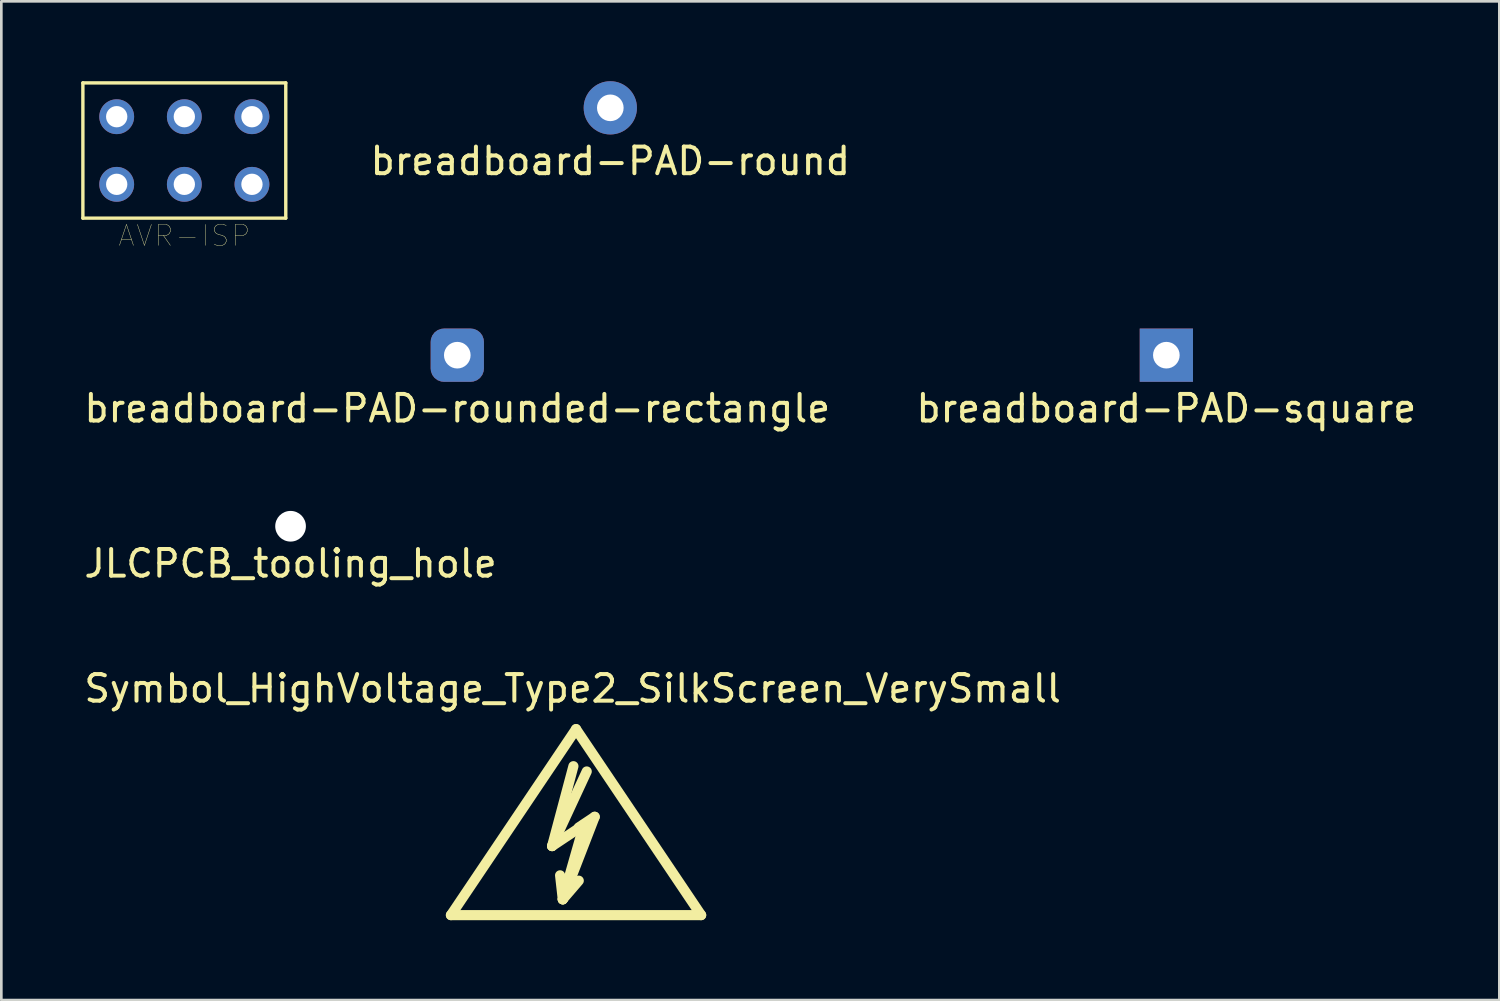
<source format=kicad_pcb>
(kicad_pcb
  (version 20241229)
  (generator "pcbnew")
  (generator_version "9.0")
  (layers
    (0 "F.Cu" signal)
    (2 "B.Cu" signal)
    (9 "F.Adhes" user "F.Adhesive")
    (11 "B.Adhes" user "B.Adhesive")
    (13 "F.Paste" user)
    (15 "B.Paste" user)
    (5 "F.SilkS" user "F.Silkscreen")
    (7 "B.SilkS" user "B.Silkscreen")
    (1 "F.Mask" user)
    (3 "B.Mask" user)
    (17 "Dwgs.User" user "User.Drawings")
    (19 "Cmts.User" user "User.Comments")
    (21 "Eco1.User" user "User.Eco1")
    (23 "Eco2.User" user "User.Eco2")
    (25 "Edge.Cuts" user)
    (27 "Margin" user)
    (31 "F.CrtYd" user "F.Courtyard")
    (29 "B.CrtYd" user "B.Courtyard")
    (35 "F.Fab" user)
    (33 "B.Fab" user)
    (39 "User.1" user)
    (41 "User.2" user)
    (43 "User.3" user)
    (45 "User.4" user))
  (footprint "breadboard-PAD-rounded-rectangle"
    (layer "F.Cu")
    (at 14.125 10.29)
    (property "Reference" "breadboard-PAD-rounded-rectangle" (at 0 2 0) (layer "F.SilkS") (effects (font (size 1 1) (thickness 0.15))))
    (attr through_hole)
    (pad "1" thru_hole roundrect (at 0 0) (size 2 2) (drill 1) (layers "*.Cu" "*.Mask") (roundrect_rratio 0.25)))
  (footprint "breadboard-PAD-square"
    (layer "F.Cu")
    (at 40.756 10.29)
    (property "Reference" "breadboard-PAD-square" (at 0 2 0) (layer "F.SilkS") (effects (font (size 1 1) (thickness 0.15))))
    (attr through_hole)
    (pad "1" thru_hole rect (at 0 0) (size 2 2) (drill 1) (layers "*.Cu" "*.Mask")))
  (footprint "breadboard-PAD-round"
    (layer "F.Cu")
    (at 19.872 1)
    (property "Reference" "breadboard-PAD-round" (at 0 2 0) (layer "F.SilkS") (effects (font (size 1 1) (thickness 0.15))))
    (attr through_hole)
    (pad "1" thru_hole circle (at 0 0) (size 2 2) (drill 1) (layers "*.Cu" "*.Mask")))
  (footprint "JLCPCB_tooling_hole"
    (layer "F.Cu")
    (at 7.863 16.715)
    (property "Reference" "JLCPCB_tooling_hole" (at 0 1.4 0) (layer "F.SilkS") (effects (font (size 1 1) (thickness 0.15))))
    (attr through_hole)
    (pad "" np_thru_hole circle (at 0 0) (size 1.152 1.152) (drill 1.152) (layers "*.Cu" "*.Mask")))
  (footprint "Symbol_HighVoltage_Type2_SilkScreen_VerySmall"
    (layer "F.Cu")
    (at 18.585 28.526)
    (property "Reference" "Symbol_HighVoltage_Type2_SilkScreen_VerySmall" (at -0.127 -5.715 0) (layer "F.SilkS") (effects (font (size 1 1) (thickness 0.15))))
    (attr exclude_from_pos_files exclude_from_bom)
    (fp_line (start -4.699 2.794) (end 0 -4.191) (stroke (width 0.381) (type solid)) (layer "F.SilkS"))
    (fp_line (start -0.899 0.201) (end 0.3 -0.599) (stroke (width 0.381) (type solid)) (layer "F.SilkS"))
    (fp_line (start -0.899 0.201) (end 0.401 -2.601) (stroke (width 0.381) (type solid)) (layer "F.SilkS"))
    (fp_line (start -0.498 2.2) (end -0.599 1.3) (stroke (width 0.381) (type solid)) (layer "F.SilkS"))
    (fp_line (start -0.498 2.2) (end 0.102 1.501) (stroke (width 0.381) (type solid)) (layer "F.SilkS"))
    (fp_line (start -0.498 2.2) (end 0.701 -0.899) (stroke (width 0.381) (type solid)) (layer "F.SilkS"))
    (fp_line (start -0.099 -2.799) (end -0.899 0.201) (stroke (width 0.381) (type solid)) (layer "F.SilkS"))
    (fp_line (start 0 -4.191) (end 4.699 2.794) (stroke (width 0.381) (type solid)) (layer "F.SilkS"))
    (fp_line (start 0.3 -0.599) (end -0.498 2.2) (stroke (width 0.381) (type solid)) (layer "F.SilkS"))
    (fp_line (start 0.701 -0.899) (end 0.102 -0.5) (stroke (width 0.381) (type solid)) (layer "F.SilkS"))
    (fp_line (start 4.699 2.794) (end -4.699 2.794) (stroke (width 0.381) (type solid)) (layer "F.SilkS")))
  (footprint "AVR-ISP"
    (layer "F.Cu")
    (at 3.873 2.603)
    (property "Reference" "AVR-ISP" (at 0 3.2 0) (layer "F.SilkS") (effects (font (size 0.787 0.787) (thickness 0.015))))
    (attr through_hole)
    (fp_line (start -3.81 -2.54) (end 3.81 -2.54) (stroke (width 0.127) (type solid)) (layer "F.SilkS"))
    (fp_line (start -3.81 2.54) (end -3.81 -2.54) (stroke (width 0.127) (type solid)) (layer "F.SilkS"))
    (fp_line (start 3.81 -2.54) (end 3.81 2.54) (stroke (width 0.127) (type solid)) (layer "F.SilkS"))
    (fp_line (start 3.81 2.54) (end -3.81 2.54) (stroke (width 0.127) (type solid)) (layer "F.SilkS"))
    (pad "GND" thru_hole circle (at 2.54 -1.27) (size 1.308 1.308) (drill 0.8) (layers "*.Cu" "*.Mask"))
    (pad "MISO" thru_hole circle (at -2.54 1.27) (size 1.308 1.308) (drill 0.8) (layers "*.Cu" "*.Mask"))
    (pad "MOSI" thru_hole circle (at 0 -1.27) (size 1.308 1.308) (drill 0.8) (layers "*.Cu" "*.Mask"))
    (pad "RST" thru_hole circle (at 2.54 1.27) (size 1.308 1.308) (drill 0.8) (layers "*.Cu" "*.Mask"))
    (pad "SCK" thru_hole circle (at 0 1.27) (size 1.308 1.308) (drill 0.8) (layers "*.Cu" "*.Mask"))
    (pad "VCC" thru_hole circle (at -2.54 -1.27) (size 1.308 1.308) (drill 0.8) (layers "*.Cu" "*.Mask")))
  (gr_rect
    (start -3 -3)
    (end 53.262 34.511)
    (stroke (width 0.1) (type default))
    (fill no)
    (layer "Edge.Cuts")))
</source>
